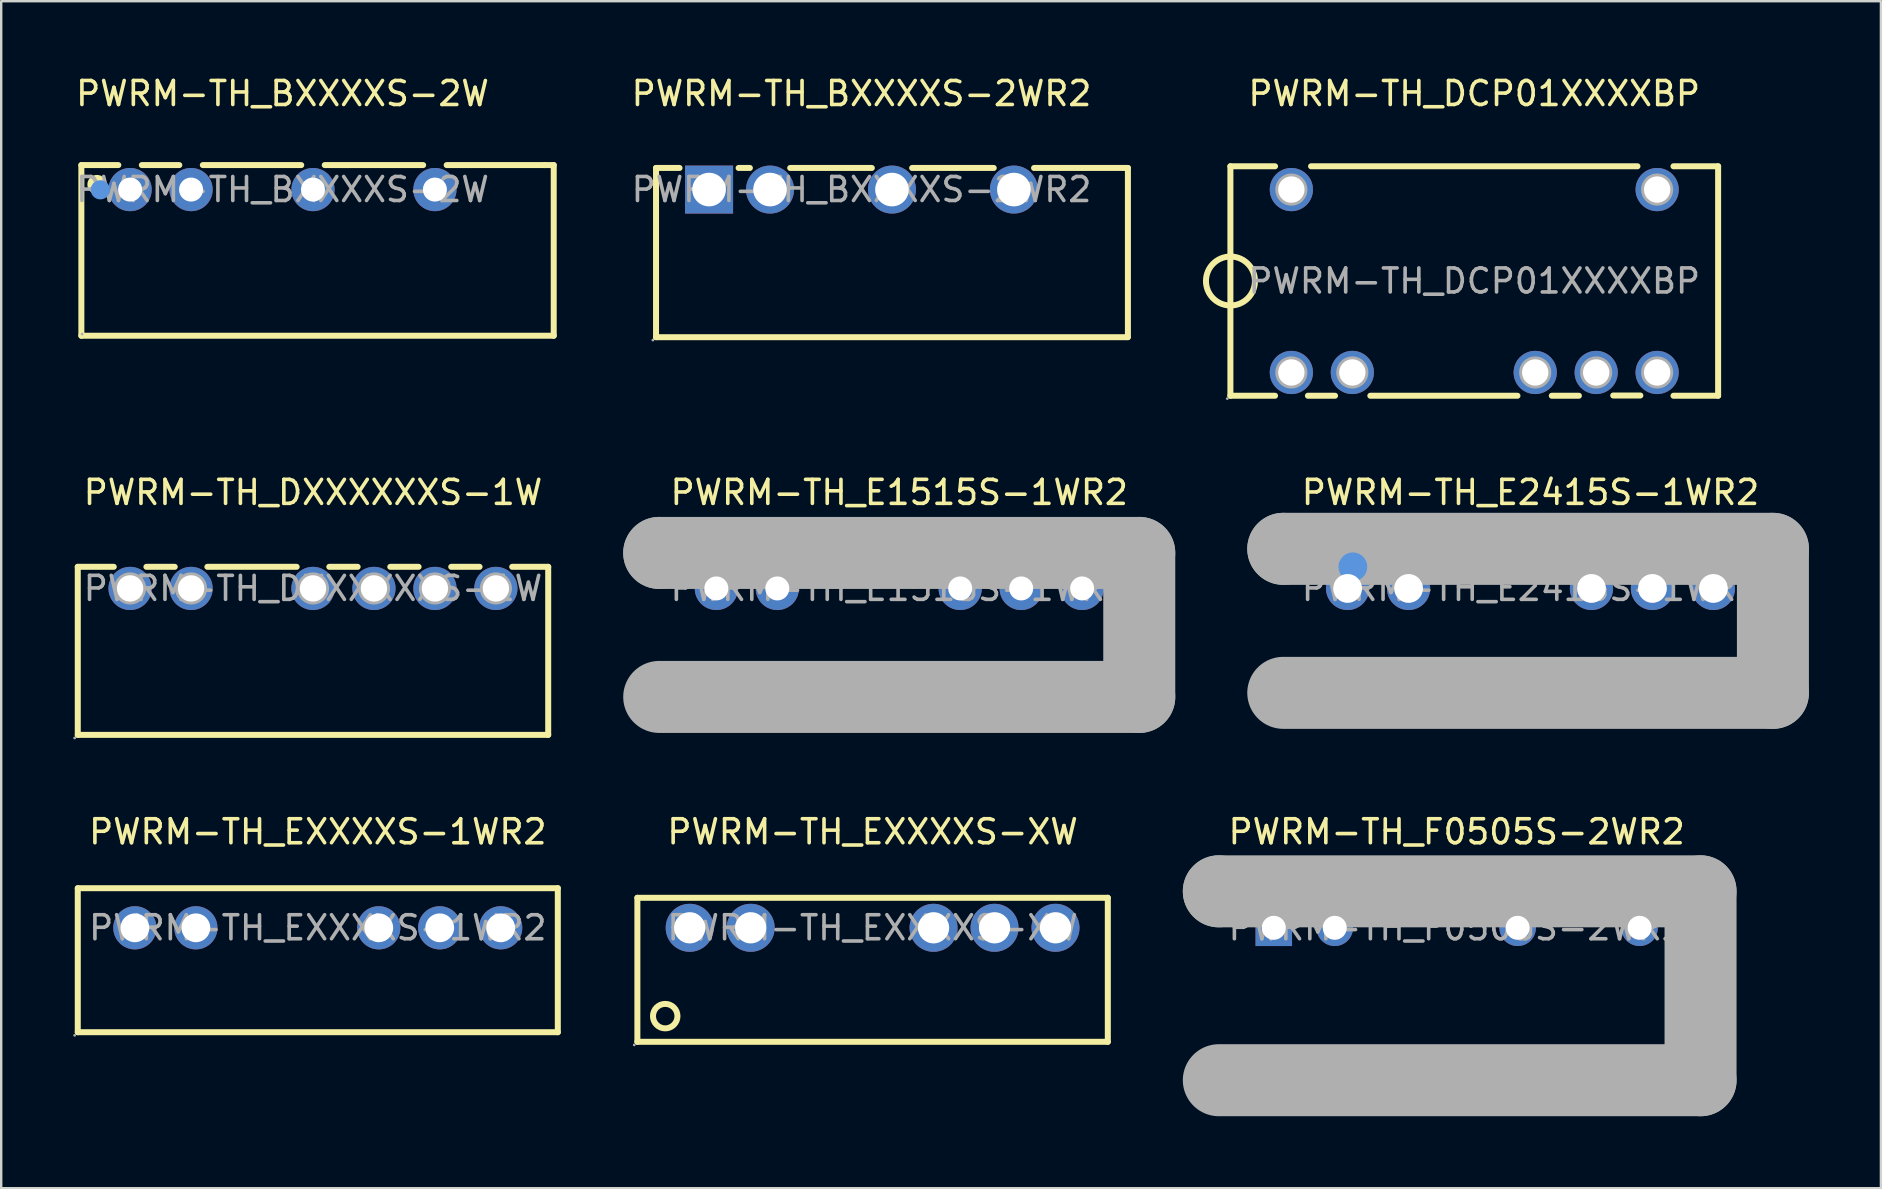
<source format=kicad_pcb>
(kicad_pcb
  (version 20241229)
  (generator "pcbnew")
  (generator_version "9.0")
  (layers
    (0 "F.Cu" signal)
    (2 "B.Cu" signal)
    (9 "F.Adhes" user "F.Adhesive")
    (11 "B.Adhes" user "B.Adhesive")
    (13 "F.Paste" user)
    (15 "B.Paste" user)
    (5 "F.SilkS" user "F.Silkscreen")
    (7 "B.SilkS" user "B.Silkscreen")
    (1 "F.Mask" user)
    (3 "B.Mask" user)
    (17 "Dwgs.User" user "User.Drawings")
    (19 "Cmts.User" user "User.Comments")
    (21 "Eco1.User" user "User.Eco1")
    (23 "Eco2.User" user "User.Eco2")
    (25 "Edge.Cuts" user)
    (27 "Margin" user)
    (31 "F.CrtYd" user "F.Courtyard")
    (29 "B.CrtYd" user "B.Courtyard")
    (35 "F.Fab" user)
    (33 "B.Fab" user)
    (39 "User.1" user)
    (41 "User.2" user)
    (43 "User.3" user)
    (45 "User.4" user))
  (footprint "PWRM-TH_DXXXXXXS-1W"
    (layer "F.Cu")
    (at 9.99 21.466)
    (property "Reference" "PWRM-TH_DXXXXXXS-1W" (at 0 -4 0) (layer "F.SilkS") (effects (font (size 1 1) (thickness 0.15))))
    (attr through_hole)
    (fp_line (start -9.8 -0.9) (end -9.8 6.1) (stroke (width 0.25) (type solid)) (layer "F.SilkS"))
    (fp_line (start -9.8 -0.9) (end -8.3 -0.9) (stroke (width 0.25) (type solid)) (layer "F.SilkS"))
    (fp_line (start -9.8 6.1) (end 9.8 6.1) (stroke (width 0.25) (type solid)) (layer "F.SilkS"))
    (fp_line (start -6.94 -0.9) (end -5.76 -0.9) (stroke (width 0.25) (type solid)) (layer "F.SilkS"))
    (fp_line (start -4.4 -0.9) (end -0.68 -0.9) (stroke (width 0.25) (type solid)) (layer "F.SilkS"))
    (fp_line (start 0.68 -0.9) (end 1.86 -0.9) (stroke (width 0.25) (type solid)) (layer "F.SilkS"))
    (fp_line (start 3.22 -0.9) (end 4.4 -0.9) (stroke (width 0.25) (type solid)) (layer "F.SilkS"))
    (fp_line (start 5.76 -0.9) (end 6.94 -0.9) (stroke (width 0.25) (type solid)) (layer "F.SilkS"))
    (fp_line (start 8.3 -0.9) (end 9.8 -0.9) (stroke (width 0.25) (type solid)) (layer "F.SilkS"))
    (fp_line (start 9.8 -0.9) (end 9.8 6.1) (stroke (width 0.25) (type solid)) (layer "F.SilkS"))
    (fp_circle (center -9.93 6.23) (end -9.9 6.23) (stroke (width 0.06) (type solid)) (fill no) (layer "F.Fab"))
    (fp_circle (center -7.62 0) (end -7.4 0) (stroke (width 0.45) (type solid)) (fill no) (layer "F.Fab"))
    (fp_circle (center -5.08 0) (end -4.86 0) (stroke (width 0.45) (type solid)) (fill no) (layer "F.Fab"))
    (fp_circle (center 0 0) (end 0.22 0) (stroke (width 0.45) (type solid)) (fill no) (layer "F.Fab"))
    (fp_circle (center 2.54 0) (end 2.76 0) (stroke (width 0.45) (type solid)) (fill no) (layer "F.Fab"))
    (fp_circle (center 5.08 0) (end 5.3 0) (stroke (width 0.45) (type solid)) (fill no) (layer "F.Fab"))
    (fp_circle (center 7.62 0) (end 7.84 0) (stroke (width 0.45) (type solid)) (fill no) (layer "F.Fab"))
    (fp_text user "${REFERENCE}" (at 0 0 0) (layer "F.Fab") (effects (font (size 1 1) (thickness 0.15))))
    (pad "1" thru_hole circle (at -7.62 0) (size 1.8 1.8) (drill 1.1) (layers "*.Cu" "*.Paste" "*.Mask"))
    (pad "2" thru_hole circle (at -5.08 0) (size 1.8 1.8) (drill 1.1) (layers "*.Cu" "*.Paste" "*.Mask"))
    (pad "4" thru_hole circle (at 0 0) (size 1.8 1.8) (drill 1.1) (layers "*.Cu" "*.Paste" "*.Mask"))
    (pad "5" thru_hole circle (at 2.54 0) (size 1.8 1.8) (drill 1.1) (layers "*.Cu" "*.Paste" "*.Mask"))
    (pad "6" thru_hole circle (at 5.08 0) (size 1.8 1.8) (drill 1.1) (layers "*.Cu" "*.Paste" "*.Mask"))
    (pad "7" thru_hole circle (at 7.62 0) (size 1.8 1.8) (drill 1.1) (layers "*.Cu" "*.Paste" "*.Mask")))
  (footprint "PWRM-TH_BXXXXS-2WR2"
    (layer "F.Cu")
    (at 32.842 4.848)
    (property "Reference" "PWRM-TH_BXXXXS-2WR2" (at 0 -4 0) (layer "F.SilkS") (effects (font (size 1 1) (thickness 0.15))))
    (attr through_hole)
    (fp_line (start -8.56 -0.9) (end -8.56 6.15) (stroke (width 0.25) (type solid)) (layer "F.SilkS"))
    (fp_line (start -8.56 -0.9) (end -7.58 -0.9) (stroke (width 0.25) (type solid)) (layer "F.SilkS"))
    (fp_line (start -5.12 -0.9) (end -4.65 -0.9) (stroke (width 0.25) (type solid)) (layer "F.SilkS"))
    (fp_line (start -2.97 -0.9) (end 0.43 -0.9) (stroke (width 0.25) (type solid)) (layer "F.SilkS"))
    (fp_line (start 2.11 -0.9) (end 5.51 -0.9) (stroke (width 0.25) (type solid)) (layer "F.SilkS"))
    (fp_line (start 7.19 -0.9) (end 11.1 -0.9) (stroke (width 0.25) (type solid)) (layer "F.SilkS"))
    (fp_line (start 11.09 6.15) (end -8.56 6.15) (stroke (width 0.25) (type solid)) (layer "F.SilkS"))
    (fp_line (start 11.1 6.15) (end 11.1 -0.9) (stroke (width 0.25) (type solid)) (layer "F.SilkS"))
    (fp_circle (center -8.69 6.27) (end -8.66 6.27) (stroke (width 0.06) (type solid)) (fill no) (layer "F.Fab"))
    (fp_circle (center -6.35 0) (end -6.05 0) (stroke (width 0.6) (type solid)) (fill no) (layer "F.Fab"))
    (fp_circle (center -3.81 0) (end -3.51 0) (stroke (width 0.6) (type solid)) (fill no) (layer "F.Fab"))
    (fp_circle (center 1.27 0) (end 1.57 0) (stroke (width 0.6) (type solid)) (fill no) (layer "F.Fab"))
    (fp_circle (center 6.35 0) (end 6.65 0) (stroke (width 0.6) (type solid)) (fill no) (layer "F.Fab"))
    (fp_text user "${REFERENCE}" (at 0 0 0) (layer "F.Fab") (effects (font (size 1 1) (thickness 0.15))))
    (pad "1" thru_hole rect (at -6.35 0) (size 2 2) (drill 1.4) (layers "*.Cu" "*.Paste" "*.Mask"))
    (pad "2" thru_hole circle (at -3.81 0) (size 2 2) (drill 1.4) (layers "*.Cu" "*.Paste" "*.Mask"))
    (pad "4" thru_hole circle (at 1.27 0) (size 2 2) (drill 1.4) (layers "*.Cu" "*.Paste" "*.Mask"))
    (pad "6" thru_hole circle (at 6.35 0) (size 2 2) (drill 1.4) (layers "*.Cu" "*.Paste" "*.Mask")))
  (footprint "PWRM-TH_DCP01XXXXBP"
    (layer "F.Cu")
    (at 58.372 8.658)
    (property "Reference" "PWRM-TH_DCP01XXXXBP" (at 0 -7.81 0) (layer "F.SilkS") (effects (font (size 1 1) (thickness 0.15))))
    (attr through_hole)
    (fp_line (start -10.16 -4.78) (end -10.16 4.78) (stroke (width 0.25) (type solid)) (layer "F.SilkS"))
    (fp_line (start -10.16 -4.78) (end -8.3 -4.78) (stroke (width 0.25) (type solid)) (layer "F.SilkS"))
    (fp_line (start -10.16 4.78) (end -8.3 4.78) (stroke (width 0.25) (type solid)) (layer "F.SilkS"))
    (fp_line (start -6.93 4.78) (end -5.8 4.78) (stroke (width 0.25) (type solid)) (layer "F.SilkS"))
    (fp_line (start -6.8 -4.78) (end 6.8 -4.78) (stroke (width 0.25) (type solid)) (layer "F.SilkS"))
    (fp_line (start -4.33 4.78) (end 1.8 4.78) (stroke (width 0.25) (type solid)) (layer "F.SilkS"))
    (fp_line (start 3.23 4.78) (end 4.36 4.78) (stroke (width 0.25) (type solid)) (layer "F.SilkS"))
    (fp_line (start 5.79 4.77) (end 6.92 4.77) (stroke (width 0.25) (type solid)) (layer "F.SilkS"))
    (fp_line (start 8.3 -4.78) (end 10.16 -4.78) (stroke (width 0.25) (type solid)) (layer "F.SilkS"))
    (fp_line (start 8.3 4.78) (end 10.16 4.78) (stroke (width 0.25) (type solid)) (layer "F.SilkS"))
    (fp_line (start 10.16 -4.78) (end 10.16 4.78) (stroke (width 0.25) (type solid)) (layer "F.SilkS"))
    (fp_arc (start -10.177801 1.019845) (mid -10.151099 -1.019962) (end -10.16 1.02) (stroke (width 0.25) (type solid)) (layer "F.SilkS"))
    (fp_circle (center -10.29 4.9) (end -10.26 4.9) (stroke (width 0.06) (type solid)) (fill no) (layer "F.Fab"))
    (fp_circle (center -7.62 -3.81) (end -7.4 -3.81) (stroke (width 0.45) (type solid)) (fill no) (layer "F.Fab"))
    (fp_circle (center -7.62 3.81) (end -7.4 3.81) (stroke (width 0.45) (type solid)) (fill no) (layer "F.Fab"))
    (fp_circle (center -5.08 3.81) (end -4.86 3.81) (stroke (width 0.45) (type solid)) (fill no) (layer "F.Fab"))
    (fp_circle (center 2.54 3.81) (end 2.76 3.81) (stroke (width 0.45) (type solid)) (fill no) (layer "F.Fab"))
    (fp_circle (center 5.08 3.81) (end 5.3 3.81) (stroke (width 0.45) (type solid)) (fill no) (layer "F.Fab"))
    (fp_circle (center 7.62 -3.81) (end 7.84 -3.81) (stroke (width 0.45) (type solid)) (fill no) (layer "F.Fab"))
    (fp_circle (center 7.62 3.81) (end 7.84 3.81) (stroke (width 0.45) (type solid)) (fill no) (layer "F.Fab"))
    (fp_text user "${REFERENCE}" (at 0 0 0) (layer "F.Fab") (effects (font (size 1 1) (thickness 0.15))))
    (pad "1" thru_hole circle (at -7.62 3.81) (size 1.8 1.8) (drill 1.1) (layers "*.Cu" "*.Paste" "*.Mask"))
    (pad "2" thru_hole circle (at -5.08 3.81) (size 1.8 1.8) (drill 1.1) (layers "*.Cu" "*.Paste" "*.Mask"))
    (pad "5" thru_hole circle (at 2.54 3.81) (size 1.8 1.8) (drill 1.1) (layers "*.Cu" "*.Paste" "*.Mask"))
    (pad "6" thru_hole circle (at 5.08 3.81) (size 1.8 1.8) (drill 1.1) (layers "*.Cu" "*.Paste" "*.Mask"))
    (pad "7" thru_hole circle (at 7.62 3.81) (size 1.8 1.8) (drill 1.1) (layers "*.Cu" "*.Paste" "*.Mask"))
    (pad "8" thru_hole circle (at 7.62 -3.81) (size 1.8 1.8) (drill 1.1) (layers "*.Cu" "*.Paste" "*.Mask"))
    (pad "14" thru_hole circle (at -7.62 -3.81) (size 1.8 1.8) (drill 1.1) (layers "*.Cu" "*.Paste" "*.Mask")))
  (footprint "PWRM-TH_E1515S-1WR2"
    (layer "F.Cu")
    (at 34.415 21.466)
    (property "Reference" "PWRM-TH_E1515S-1WR2" (at 0 -4 0) (layer "F.SilkS") (effects (font (size 1 1) (thickness 0.15))))
    (attr through_hole)
    (fp_line (start -10 -1.48) (end -10 -1.48) (stroke (width 3) (type solid)) (layer "F.Fab"))
    (fp_line (start -10 -1.48) (end 10 -1.48) (stroke (width 3) (type solid)) (layer "F.Fab"))
    (fp_line (start 10 -1.48) (end 10 4.52) (stroke (width 3) (type solid)) (layer "F.Fab"))
    (fp_line (start 10 4.52) (end -10 4.52) (stroke (width 3) (type solid)) (layer "F.Fab"))
    (fp_circle (center -10.13 4.65) (end -10.1 4.65) (stroke (width 0.06) (type solid)) (fill no) (layer "F.Fab"))
    (fp_circle (center -7.62 0) (end -7.42 0) (stroke (width 0.4) (type solid)) (fill no) (layer "F.Fab"))
    (fp_circle (center -5.08 0) (end -4.88 0) (stroke (width 0.4) (type solid)) (fill no) (layer "F.Fab"))
    (fp_circle (center 2.54 0) (end 2.74 0) (stroke (width 0.4) (type solid)) (fill no) (layer "F.Fab"))
    (fp_circle (center 5.08 0) (end 5.28 0) (stroke (width 0.4) (type solid)) (fill no) (layer "F.Fab"))
    (fp_circle (center 7.62 0) (end 7.82 0) (stroke (width 0.4) (type solid)) (fill no) (layer "F.Fab"))
    (fp_text user "${REFERENCE}" (at 0 0 0) (layer "F.Fab") (effects (font (size 1 1) (thickness 0.15))))
    (pad "1" thru_hole circle (at -7.62 0) (size 1.8 1.8) (drill 1) (layers "*.Cu" "*.Paste" "*.Mask"))
    (pad "2" thru_hole circle (at -5.08 0) (size 1.8 1.8) (drill 1) (layers "*.Cu" "*.Paste" "*.Mask"))
    (pad "5" thru_hole circle (at 2.54 0) (size 1.8 1.8) (drill 1) (layers "*.Cu" "*.Paste" "*.Mask"))
    (pad "6" thru_hole circle (at 5.08 0) (size 1.8 1.8) (drill 1) (layers "*.Cu" "*.Paste" "*.Mask"))
    (pad "7" thru_hole circle (at 7.62 0) (size 1.8 1.8) (drill 1) (layers "*.Cu" "*.Paste" "*.Mask")))
  (footprint "PWRM-TH_F0505S-2WR2"
    (layer "F.Cu")
    (at 57.64 35.605)
    (property "Reference" "PWRM-TH_F0505S-2WR2" (at 0 -4 0) (layer "F.SilkS") (effects (font (size 1 1) (thickness 0.15))))
    (attr through_hole)
    (fp_line (start -9.91 -1.52) (end -9.91 -1.52) (stroke (width 3) (type solid)) (layer "F.Fab"))
    (fp_line (start -9.91 -1.52) (end 10.16 -1.52) (stroke (width 3) (type solid)) (layer "F.Fab"))
    (fp_line (start 10.16 -1.52) (end 10.16 6.35) (stroke (width 3) (type solid)) (layer "F.Fab"))
    (fp_line (start 10.16 6.35) (end -9.91 6.35) (stroke (width 3) (type solid)) (layer "F.Fab"))
    (fp_circle (center -10.03 6.48) (end -10 6.48) (stroke (width 0.06) (type solid)) (fill no) (layer "F.Fab"))
    (fp_circle (center -7.62 0) (end -7.42 0) (stroke (width 0.4) (type solid)) (fill no) (layer "F.Fab"))
    (fp_circle (center -5.08 0) (end -4.88 0) (stroke (width 0.4) (type solid)) (fill no) (layer "F.Fab"))
    (fp_circle (center 2.54 0) (end 2.74 0) (stroke (width 0.4) (type solid)) (fill no) (layer "F.Fab"))
    (fp_circle (center 7.62 0) (end 7.82 0) (stroke (width 0.4) (type solid)) (fill no) (layer "F.Fab"))
    (fp_text user "${REFERENCE}" (at 0 0 0) (layer "F.Fab") (effects (font (size 1 1) (thickness 0.15))))
    (pad "1" thru_hole rect (at -7.62 0) (size 1.52 1.52) (drill 1) (layers "*.Cu" "*.Paste" "*.Mask"))
    (pad "2" thru_hole circle (at -5.08 0) (size 1.52 1.52) (drill 1) (layers "*.Cu" "*.Paste" "*.Mask"))
    (pad "5" thru_hole circle (at 2.54 0) (size 1.52 1.52) (drill 1) (layers "*.Cu" "*.Paste" "*.Mask"))
    (pad "7" thru_hole circle (at 7.62 0) (size 1.52 1.52) (drill 1) (layers "*.Cu" "*.Paste" "*.Mask")))
  (footprint "PWRM-TH_BXXXXS-2W"
    (layer "F.Cu")
    (at 8.72 4.848)
    (property "Reference" "PWRM-TH_BXXXXS-2W" (at 0 -4 0) (layer "F.SilkS") (effects (font (size 1 1) (thickness 0.15))))
    (attr through_hole)
    (fp_line (start -8.38 -1.02) (end -6.84 -1.02) (stroke (width 0.25) (type solid)) (layer "F.SilkS"))
    (fp_line (start -8.38 6.09) (end -8.38 -1.02) (stroke (width 0.25) (type solid)) (layer "F.SilkS"))
    (fp_line (start -5.86 -1.02) (end -4.3 -1.02) (stroke (width 0.25) (type solid)) (layer "F.SilkS"))
    (fp_line (start -3.32 -1.02) (end 0.78 -1.02) (stroke (width 0.25) (type solid)) (layer "F.SilkS"))
    (fp_line (start 1.76 -1.02) (end 5.86 -1.02) (stroke (width 0.25) (type solid)) (layer "F.SilkS"))
    (fp_line (start 6.84 -1.02) (end 10.92 -1.02) (stroke (width 0.25) (type solid)) (layer "F.SilkS"))
    (fp_line (start 10.92 -1.02) (end 11.3 -1.02) (stroke (width 0.25) (type solid)) (layer "F.SilkS"))
    (fp_line (start 11.3 -1.02) (end 11.3 6.09) (stroke (width 0.25) (type solid)) (layer "F.SilkS"))
    (fp_line (start 11.3 6.09) (end -8.38 6.09) (stroke (width 0.25) (type solid)) (layer "F.SilkS"))
    (fp_circle (center -7.73 -0.21) (end -7.53 -0.21) (stroke (width 0.4) (type solid)) (fill no) (layer "F.SilkS"))
    (fp_circle (center -7.59 0.01) (end -7.39 0.01) (stroke (width 0.4) (type solid)) (fill no) (layer "Cmts.User"))
    (fp_circle (center -8.35 6.02) (end -8.32 6.02) (stroke (width 0.06) (type solid)) (fill no) (layer "F.Fab"))
    (fp_text user "${REFERENCE}" (at 0 0 0) (layer "F.Fab") (effects (font (size 1 1) (thickness 0.15))))
    (pad "1" thru_hole circle (at -6.35 0) (size 1.8 1.8) (drill 1) (layers "*.Cu" "*.Paste" "*.Mask"))
    (pad "2" thru_hole circle (at -3.81 0) (size 1.8 1.8) (drill 1) (layers "*.Cu" "*.Paste" "*.Mask"))
    (pad "4" thru_hole circle (at 1.27 0) (size 1.8 1.8) (drill 1) (layers "*.Cu" "*.Paste" "*.Mask"))
    (pad "6" thru_hole circle (at 6.35 0) (size 1.8 1.8) (drill 1) (layers "*.Cu" "*.Paste" "*.Mask")))
  (footprint "PWRM-TH_EXXXXS-1WR2"
    (layer "F.Cu")
    (at 10.19 35.605)
    (property "Reference" "PWRM-TH_EXXXXS-1WR2" (at 0 -4 0) (layer "F.SilkS") (effects (font (size 1 1) (thickness 0.15))))
    (attr through_hole)
    (fp_line (start -10 -1.65) (end 10 -1.65) (stroke (width 0.25) (type solid)) (layer "F.SilkS"))
    (fp_line (start -10 4.35) (end -10 -1.65) (stroke (width 0.25) (type solid)) (layer "F.SilkS"))
    (fp_line (start 10 -1.65) (end 10 4.35) (stroke (width 0.25) (type solid)) (layer "F.SilkS"))
    (fp_line (start 10 4.35) (end -10 4.35) (stroke (width 0.25) (type solid)) (layer "F.SilkS"))
    (fp_circle (center -10.13 4.48) (end -10.1 4.48) (stroke (width 0.06) (type solid)) (fill no) (layer "F.Fab"))
    (fp_circle (center -7.62 0) (end -7.37 0) (stroke (width 0.5) (type solid)) (fill no) (layer "F.Fab"))
    (fp_circle (center -5.08 0) (end -4.83 0) (stroke (width 0.5) (type solid)) (fill no) (layer "F.Fab"))
    (fp_circle (center 2.54 0) (end 2.79 0) (stroke (width 0.5) (type solid)) (fill no) (layer "F.Fab"))
    (fp_circle (center 5.08 0) (end 5.33 0) (stroke (width 0.5) (type solid)) (fill no) (layer "F.Fab"))
    (fp_circle (center 7.62 0) (end 7.87 0) (stroke (width 0.5) (type solid)) (fill no) (layer "F.Fab"))
    (fp_text user "${REFERENCE}" (at 0 0 0) (layer "F.Fab") (effects (font (size 1 1) (thickness 0.15))))
    (pad "1" thru_hole circle (at -7.62 0) (size 1.8 1.8) (drill 1.2) (layers "*.Cu" "*.Paste" "*.Mask"))
    (pad "2" thru_hole circle (at -5.08 0) (size 1.8 1.8) (drill 1.2) (layers "*.Cu" "*.Paste" "*.Mask"))
    (pad "5" thru_hole circle (at 2.54 0) (size 1.8 1.8) (drill 1.2) (layers "*.Cu" "*.Paste" "*.Mask"))
    (pad "6" thru_hole circle (at 5.08 0) (size 1.8 1.8) (drill 1.2) (layers "*.Cu" "*.Paste" "*.Mask"))
    (pad "7" thru_hole circle (at 7.62 0) (size 1.8 1.8) (drill 1.2) (layers "*.Cu" "*.Paste" "*.Mask")))
  (footprint "PWRM-TH_E2415S-1WR2"
    (layer "F.Cu")
    (at 60.715 21.466)
    (property "Reference" "PWRM-TH_E2415S-1WR2" (at 0 -4 0) (layer "F.SilkS") (effects (font (size 1 1) (thickness 0.15))))
    (attr through_hole)
    (fp_circle (center -7.4 -0.9) (end -7.1 -0.9) (stroke (width 0.6) (type solid)) (fill no) (layer "Cmts.User"))
    (fp_line (start -10.3 -1.65) (end -10.3 -1.65) (stroke (width 3) (type solid)) (layer "F.Fab"))
    (fp_line (start -10.3 -1.65) (end 10.1 -1.65) (stroke (width 3) (type solid)) (layer "F.Fab"))
    (fp_line (start 10.1 -1.65) (end 10.1 4.35) (stroke (width 3) (type solid)) (layer "F.Fab"))
    (fp_line (start 10.1 4.35) (end -10.3 4.35) (stroke (width 3) (type solid)) (layer "F.Fab"))
    (fp_circle (center -9.82 4.35) (end -9.79 4.35) (stroke (width 0.06) (type solid)) (fill no) (layer "F.Fab"))
    (fp_text user "${REFERENCE}" (at 0 0 0) (layer "F.Fab") (effects (font (size 1 1) (thickness 0.15))))
    (pad "1" thru_hole circle (at -7.62 0) (size 1.8 1.8) (drill 1.2) (layers "*.Cu" "*.Paste" "*.Mask"))
    (pad "2" thru_hole circle (at -5.08 0) (size 1.8 1.8) (drill 1.2) (layers "*.Cu" "*.Paste" "*.Mask"))
    (pad "5" thru_hole circle (at 2.54 0) (size 1.8 1.8) (drill 1.2) (layers "*.Cu" "*.Paste" "*.Mask"))
    (pad "6" thru_hole circle (at 5.08 0) (size 1.8 1.8) (drill 1.2) (layers "*.Cu" "*.Paste" "*.Mask"))
    (pad "7" thru_hole circle (at 7.62 0) (size 1.8 1.8) (drill 1.2) (layers "*.Cu" "*.Paste" "*.Mask")))
  (footprint "PWRM-TH_EXXXXS-XW"
    (layer "F.Cu")
    (at 33.305 35.605)
    (property "Reference" "PWRM-TH_EXXXXS-XW" (at 0 -4 0) (layer "F.SilkS") (effects (font (size 1 1) (thickness 0.15))))
    (attr through_hole)
    (fp_line (start -9.8 -1.25) (end 9.8 -1.25) (stroke (width 0.25) (type solid)) (layer "F.SilkS"))
    (fp_line (start -9.8 4.75) (end -9.8 -1.25) (stroke (width 0.25) (type solid)) (layer "F.SilkS"))
    (fp_line (start 9.8 -1.25) (end 9.8 4.75) (stroke (width 0.25) (type solid)) (layer "F.SilkS"))
    (fp_line (start 9.8 4.75) (end -9.8 4.75) (stroke (width 0.25) (type solid)) (layer "F.SilkS"))
    (fp_circle (center -8.64 3.68) (end -8.13 3.68) (stroke (width 0.25) (type solid)) (fill no) (layer "F.SilkS"))
    (fp_circle (center -9.93 4.88) (end -9.9 4.88) (stroke (width 0.06) (type solid)) (fill no) (layer "F.Fab"))
    (fp_circle (center -7.62 0) (end -7.34 0) (stroke (width 0.55) (type solid)) (fill no) (layer "F.Fab"))
    (fp_circle (center -5.08 0) (end -4.8 0) (stroke (width 0.55) (type solid)) (fill no) (layer "F.Fab"))
    (fp_circle (center 2.54 0) (end 2.82 0) (stroke (width 0.55) (type solid)) (fill no) (layer "F.Fab"))
    (fp_circle (center 5.08 0) (end 5.36 0) (stroke (width 0.55) (type solid)) (fill no) (layer "F.Fab"))
    (fp_circle (center 7.62 0) (end 7.9 0) (stroke (width 0.55) (type solid)) (fill no) (layer "F.Fab"))
    (fp_text user "${REFERENCE}" (at 0 0 0) (layer "F.Fab") (effects (font (size 1 1) (thickness 0.15))))
    (pad "1" thru_hole circle (at -7.62 0) (size 2 2) (drill 1.3) (layers "*.Cu" "*.Paste" "*.Mask"))
    (pad "2" thru_hole circle (at -5.08 0) (size 2 2) (drill 1.3) (layers "*.Cu" "*.Paste" "*.Mask"))
    (pad "5" thru_hole circle (at 2.54 0) (size 2 2) (drill 1.3) (layers "*.Cu" "*.Paste" "*.Mask"))
    (pad "6" thru_hole circle (at 5.08 0) (size 2 2) (drill 1.3) (layers "*.Cu" "*.Paste" "*.Mask"))
    (pad "7" thru_hole circle (at 7.62 0) (size 2 2) (drill 1.3) (layers "*.Cu" "*.Paste" "*.Mask")))
  (gr_rect
    (start -3 -3)
    (end 75.315 46.455)
    (stroke (width 0.1) (type default))
    (fill no)
    (layer "Edge.Cuts")))
</source>
